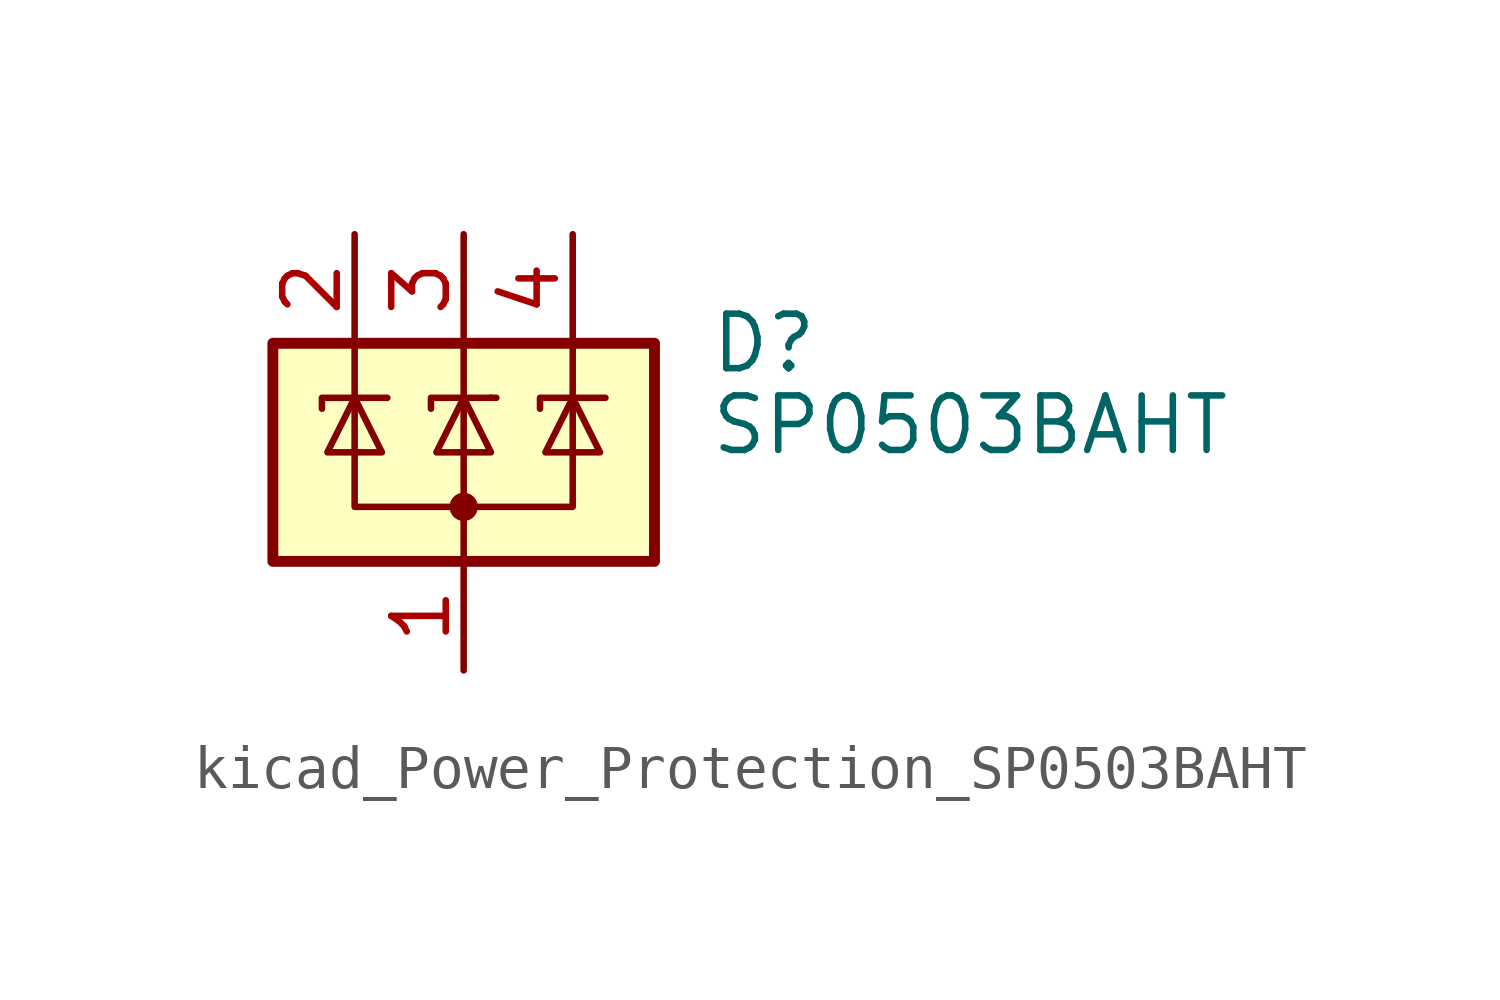
<source format=kicad_sym>
(kicad_symbol_lib
  (version 20220914)
  (generator kicad_symbol_editor)
  (symbol "kicad_Power_Protection_SP0503BAHT"
    (pin_names hide)
    (property "Reference" "D"
      (at 5.715 2.54 0)
      (effects (font (size 1.27 1.27)) (justify left)))
    (property "Value" "SP0503BAHT"
      (at 5.715 0.635 0)
      (effects (font (size 1.27 1.27)) (justify left)))
    (symbol "kicad_Power_Protection_SP0503BAHT_0_0"
      (pin passive line (at 0 -5.08 90) (length 2.54) (name "A" (effects (font (size 1.27 1.27)))) (number "1" (effects (font (size 1.27 1.27))))))
    (symbol "kicad_Power_Protection_SP0503BAHT_0_1"
      (rectangle (start -4.445 2.54) (end 4.445 -2.54) (stroke (width 0.254) (type default)) (fill (type background)))
      (circle (center 0 -1.27) (radius 0.254) (stroke (width 0) (type default)) (fill (type outline)))
      (polyline (pts (xy -2.54 2.54) (xy -2.54 1.27)) (stroke (width 0) (type default)) (fill (type none)))
      (polyline (pts (xy 0 -1.27) (xy 0 -2.54)) (stroke (width 0) (type default)) (fill (type none)))
      (polyline (pts (xy 0 -1.27) (xy 0 1.27)) (stroke (width 0) (type default)) (fill (type none)))
      (polyline (pts (xy 0 2.54) (xy 0 1.27)) (stroke (width 0) (type default)) (fill (type none)))
      (polyline (pts (xy 0.635 1.27) (xy 0.762 1.27)) (stroke (width 0) (type default)) (fill (type none)))
      (polyline (pts (xy 2.54 2.54) (xy 2.54 1.27)) (stroke (width 0) (type default)) (fill (type none)))
      (polyline (pts (xy 0.635 1.27) (xy -0.762 1.27) (xy -0.762 1.016)) (stroke (width 0) (type default)) (fill (type none)))
      (polyline (pts (xy -3.302 1.016) (xy -3.302 1.27) (xy -1.905 1.27) (xy -1.778 1.27)) (stroke (width 0) (type default)) (fill (type none)))
      (polyline (pts (xy -2.54 1.27) (xy -2.54 -1.27) (xy 2.54 -1.27) (xy 2.54 1.27)) (stroke (width 0) (type default)) (fill (type none)))
      (polyline (pts (xy -2.54 1.27) (xy -1.905 0) (xy -3.175 0) (xy -2.54 1.27)) (stroke (width 0) (type default)) (fill (type none)))
      (polyline (pts (xy 0.635 0) (xy -0.635 0) (xy 0 1.27) (xy 0.635 0)) (stroke (width 0) (type default)) (fill (type none)))
      (polyline (pts (xy 1.778 1.016) (xy 1.778 1.27) (xy 3.175 1.27) (xy 3.302 1.27)) (stroke (width 0) (type default)) (fill (type none)))
      (polyline (pts (xy 2.54 1.27) (xy 1.905 0) (xy 3.175 0) (xy 2.54 1.27)) (stroke (width 0) (type default)) (fill (type none))))
    (symbol "kicad_Power_Protection_SP0503BAHT_1_1"
      (pin passive line (at -2.54 5.08 270) (length 2.54) (name "K" (effects (font (size 1.27 1.27)))) (number "2" (effects (font (size 1.27 1.27)))))
      (pin passive line (at 0 5.08 270) (length 2.54) (name "K" (effects (font (size 1.27 1.27)))) (number "3" (effects (font (size 1.27 1.27)))))
      (pin passive line (at 2.54 5.08 270) (length 2.54) (name "K" (effects (font (size 1.27 1.27)))) (number "4" (effects (font (size 1.27 1.27))))))))
</source>
